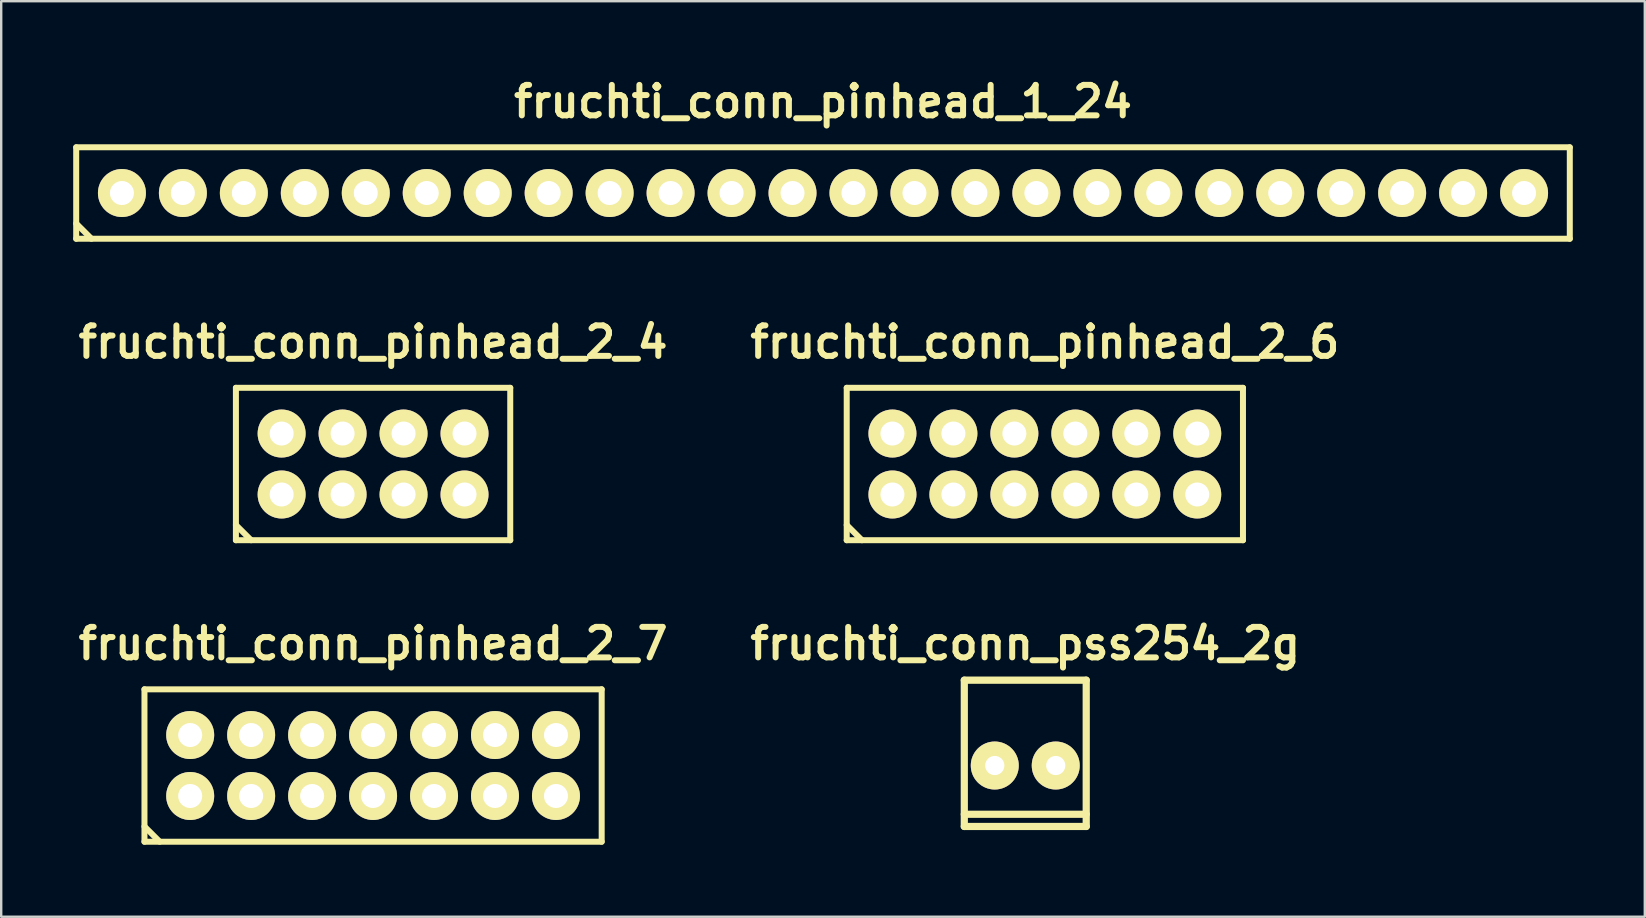
<source format=kicad_pcb>
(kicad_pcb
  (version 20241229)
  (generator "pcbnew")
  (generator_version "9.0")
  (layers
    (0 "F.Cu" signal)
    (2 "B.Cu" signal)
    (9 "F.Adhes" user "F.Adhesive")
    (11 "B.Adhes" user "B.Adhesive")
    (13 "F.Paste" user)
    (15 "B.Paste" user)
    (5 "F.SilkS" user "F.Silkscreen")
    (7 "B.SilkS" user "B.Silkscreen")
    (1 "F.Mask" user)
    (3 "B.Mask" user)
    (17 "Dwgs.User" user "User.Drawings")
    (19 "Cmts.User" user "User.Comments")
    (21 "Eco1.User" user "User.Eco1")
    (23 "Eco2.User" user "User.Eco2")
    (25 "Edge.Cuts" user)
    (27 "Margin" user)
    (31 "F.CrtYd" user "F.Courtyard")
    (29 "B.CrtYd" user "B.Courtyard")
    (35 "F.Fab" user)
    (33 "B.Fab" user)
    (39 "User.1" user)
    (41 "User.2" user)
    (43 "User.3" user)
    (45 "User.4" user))
  (footprint "fruchti_conn_pinhead_2_4"
    (layer "F.Cu")
    (at 12.494 16.283)
    (property "Reference" "fruchti_conn_pinhead_2_4" (at 0 -5.08 0) (layer "F.SilkS") (effects (font (size 1.27 1.27) (thickness 0.25))))
    (attr through_hole)
    (fp_line (start -5.715 -3.175) (end 5.715 -3.175) (stroke (width 0.25) (type solid)) (layer "F.SilkS"))
    (fp_line (start -5.715 2.54) (end -5.08 3.175) (stroke (width 0.25) (type solid)) (layer "F.SilkS"))
    (fp_line (start -5.715 3.175) (end -5.715 -3.175) (stroke (width 0.25) (type solid)) (layer "F.SilkS"))
    (fp_line (start -5.715 3.175) (end 5.715 3.175) (stroke (width 0.25) (type solid)) (layer "F.SilkS"))
    (fp_line (start 5.715 3.175) (end 5.715 -3.175) (stroke (width 0.25) (type solid)) (layer "F.SilkS"))
    (pad "1" thru_hole circle (at -3.81 1.27) (size 1.999 1.999) (drill 1.001) (layers "*.Cu" "*.Mask" "F.SilkS"))
    (pad "2" thru_hole circle (at -3.81 -1.27) (size 1.999 1.999) (drill 1.001) (layers "*.Cu" "*.Mask" "F.SilkS"))
    (pad "3" thru_hole circle (at -1.27 1.27) (size 1.999 1.999) (drill 1.001) (layers "*.Cu" "*.Mask" "F.SilkS"))
    (pad "4" thru_hole circle (at -1.27 -1.27) (size 1.999 1.999) (drill 1.001) (layers "*.Cu" "*.Mask" "F.SilkS"))
    (pad "5" thru_hole circle (at 1.27 1.27) (size 1.999 1.999) (drill 1.001) (layers "*.Cu" "*.Mask" "F.SilkS"))
    (pad "6" thru_hole circle (at 1.27 -1.27) (size 1.999 1.999) (drill 1.001) (layers "*.Cu" "*.Mask" "F.SilkS"))
    (pad "7" thru_hole circle (at 3.81 1.27) (size 1.999 1.999) (drill 1.001) (layers "*.Cu" "*.Mask" "F.SilkS"))
    (pad "8" thru_hole circle (at 3.81 -1.27) (size 1.999 1.999) (drill 1.001) (layers "*.Cu" "*.Mask" "F.SilkS")))
  (footprint "fruchti_conn_pinhead_2_6"
    (layer "F.Cu")
    (at 40.483 16.283)
    (property "Reference" "fruchti_conn_pinhead_2_6" (at 0 -5.08 0) (layer "F.SilkS") (effects (font (size 1.27 1.27) (thickness 0.25))))
    (attr through_hole)
    (fp_line (start -8.255 2.54) (end -7.62 3.175) (stroke (width 0.25) (type solid)) (layer "F.SilkS"))
    (fp_line (start -8.255 3.175) (end -8.255 -3.175) (stroke (width 0.25) (type solid)) (layer "F.SilkS"))
    (fp_line (start -8.255 3.175) (end 8.255 3.175) (stroke (width 0.25) (type solid)) (layer "F.SilkS"))
    (fp_line (start 8.255 -3.175) (end -8.255 -3.175) (stroke (width 0.25) (type solid)) (layer "F.SilkS"))
    (fp_line (start 8.255 3.175) (end 8.255 -3.175) (stroke (width 0.25) (type solid)) (layer "F.SilkS"))
    (pad "1" thru_hole circle (at -6.35 1.27) (size 1.999 1.999) (drill 1.001) (layers "*.Cu" "*.Mask" "F.SilkS"))
    (pad "2" thru_hole circle (at -6.35 -1.27) (size 1.999 1.999) (drill 1.001) (layers "*.Cu" "*.Mask" "F.SilkS"))
    (pad "3" thru_hole circle (at -3.81 1.27) (size 1.999 1.999) (drill 1.001) (layers "*.Cu" "*.Mask" "F.SilkS"))
    (pad "4" thru_hole circle (at -3.81 -1.27) (size 1.999 1.999) (drill 1.001) (layers "*.Cu" "*.Mask" "F.SilkS"))
    (pad "5" thru_hole circle (at -1.27 1.27) (size 1.999 1.999) (drill 1.001) (layers "*.Cu" "*.Mask" "F.SilkS"))
    (pad "6" thru_hole circle (at -1.27 -1.27) (size 1.999 1.999) (drill 1.001) (layers "*.Cu" "*.Mask" "F.SilkS"))
    (pad "7" thru_hole circle (at 1.27 1.27) (size 1.999 1.999) (drill 1.001) (layers "*.Cu" "*.Mask" "F.SilkS"))
    (pad "8" thru_hole circle (at 1.27 -1.27) (size 1.999 1.999) (drill 1.001) (layers "*.Cu" "*.Mask" "F.SilkS"))
    (pad "9" thru_hole circle (at 3.81 1.27) (size 1.999 1.999) (drill 1.001) (layers "*.Cu" "*.Mask" "F.SilkS"))
    (pad "10" thru_hole circle (at 3.81 -1.27) (size 1.999 1.999) (drill 1.001) (layers "*.Cu" "*.Mask" "F.SilkS"))
    (pad "11" thru_hole circle (at 6.35 1.27) (size 1.999 1.999) (drill 1.001) (layers "*.Cu" "*.Mask" "F.SilkS"))
    (pad "12" thru_hole circle (at 6.35 -1.27) (size 1.999 1.999) (drill 1.001) (layers "*.Cu" "*.Mask" "F.SilkS")))
  (footprint "fruchti_conn_pinhead_1_24"
    (layer "F.Cu")
    (at 31.24 4.992)
    (property "Reference" "fruchti_conn_pinhead_1_24" (at 0 -3.81 0) (layer "F.SilkS") (effects (font (size 1.27 1.27) (thickness 0.25))))
    (attr through_hole)
    (fp_line (start -31.115 -1.905) (end -31.115 1.905) (stroke (width 0.25) (type solid)) (layer "F.SilkS"))
    (fp_line (start -31.115 -1.905) (end 31.115 -1.905) (stroke (width 0.25) (type solid)) (layer "F.SilkS"))
    (fp_line (start -31.115 1.27) (end -30.48 1.905) (stroke (width 0.25) (type solid)) (layer "F.SilkS"))
    (fp_line (start 31.115 1.905) (end -31.115 1.905) (stroke (width 0.25) (type solid)) (layer "F.SilkS"))
    (fp_line (start 31.115 1.905) (end 31.115 -1.905) (stroke (width 0.25) (type solid)) (layer "F.SilkS"))
    (pad "1" thru_hole circle (at -29.21 0) (size 1.999 1.999) (drill 1.001) (layers "*.Cu" "*.Mask" "F.SilkS"))
    (pad "2" thru_hole circle (at -26.67 0) (size 1.999 1.999) (drill 1.001) (layers "*.Cu" "*.Mask" "F.SilkS"))
    (pad "3" thru_hole circle (at -24.13 0) (size 1.999 1.999) (drill 1.001) (layers "*.Cu" "*.Mask" "F.SilkS"))
    (pad "4" thru_hole circle (at -21.59 0) (size 1.999 1.999) (drill 1.001) (layers "*.Cu" "*.Mask" "F.SilkS"))
    (pad "5" thru_hole circle (at -19.05 0) (size 1.999 1.999) (drill 1.001) (layers "*.Cu" "*.Mask" "F.SilkS"))
    (pad "6" thru_hole circle (at -16.51 0) (size 1.999 1.999) (drill 1.001) (layers "*.Cu" "*.Mask" "F.SilkS"))
    (pad "7" thru_hole circle (at -13.97 0) (size 1.999 1.999) (drill 1.001) (layers "*.Cu" "*.Mask" "F.SilkS"))
    (pad "8" thru_hole circle (at -11.43 0) (size 1.999 1.999) (drill 1.001) (layers "*.Cu" "*.Mask" "F.SilkS"))
    (pad "9" thru_hole circle (at -8.89 0) (size 1.999 1.999) (drill 1.001) (layers "*.Cu" "*.Mask" "F.SilkS"))
    (pad "10" thru_hole circle (at -6.35 0) (size 1.999 1.999) (drill 1.001) (layers "*.Cu" "*.Mask" "F.SilkS"))
    (pad "11" thru_hole circle (at -3.81 0) (size 1.999 1.999) (drill 1.001) (layers "*.Cu" "*.Mask" "F.SilkS"))
    (pad "12" thru_hole circle (at -1.27 0) (size 1.999 1.999) (drill 1.001) (layers "*.Cu" "*.Mask" "F.SilkS"))
    (pad "13" thru_hole circle (at 1.27 0) (size 1.999 1.999) (drill 1.001) (layers "*.Cu" "*.Mask" "F.SilkS"))
    (pad "14" thru_hole circle (at 3.81 0) (size 1.999 1.999) (drill 1.001) (layers "*.Cu" "*.Mask" "F.SilkS"))
    (pad "15" thru_hole circle (at 6.35 0) (size 1.999 1.999) (drill 1.001) (layers "*.Cu" "*.Mask" "F.SilkS"))
    (pad "16" thru_hole circle (at 8.89 0) (size 1.999 1.999) (drill 1.001) (layers "*.Cu" "*.Mask" "F.SilkS"))
    (pad "17" thru_hole circle (at 11.43 0) (size 1.999 1.999) (drill 1.001) (layers "*.Cu" "*.Mask" "F.SilkS"))
    (pad "18" thru_hole circle (at 13.97 0) (size 1.999 1.999) (drill 1.001) (layers "*.Cu" "*.Mask" "F.SilkS"))
    (pad "19" thru_hole circle (at 16.51 0) (size 1.999 1.999) (drill 1.001) (layers "*.Cu" "*.Mask" "F.SilkS"))
    (pad "20" thru_hole circle (at 19.05 0) (size 1.999 1.999) (drill 1.001) (layers "*.Cu" "*.Mask" "F.SilkS"))
    (pad "21" thru_hole circle (at 21.59 0) (size 1.999 1.999) (drill 1.001) (layers "*.Cu" "*.Mask" "F.SilkS"))
    (pad "22" thru_hole circle (at 24.13 0) (size 1.999 1.999) (drill 1.001) (layers "*.Cu" "*.Mask" "F.SilkS"))
    (pad "23" thru_hole circle (at 26.67 0) (size 1.999 1.999) (drill 1.001) (layers "*.Cu" "*.Mask" "F.SilkS"))
    (pad "24" thru_hole circle (at 29.21 0) (size 1.999 1.999) (drill 1.001) (layers "*.Cu" "*.Mask" "F.SilkS")))
  (footprint "fruchti_conn_pss254_2g"
    (layer "F.Cu")
    (at 39.667 28.845)
    (property "Reference" "fruchti_conn_pss254_2g" (at 0 -5.08 0) (layer "F.SilkS") (effects (font (size 1.27 1.27) (thickness 0.25))))
    (attr through_hole)
    (fp_line (start -2.54 2.54) (end -2.54 -3.556) (stroke (width 0.3) (type solid)) (layer "F.SilkS"))
    (fp_line (start 2.54 -3.556) (end -2.54 -3.556) (stroke (width 0.3) (type solid)) (layer "F.SilkS"))
    (fp_line (start 2.54 -3.556) (end 2.54 2.54) (stroke (width 0.3) (type solid)) (layer "F.SilkS"))
    (fp_line (start 2.54 2.032) (end -2.54 2.032) (stroke (width 0.3) (type solid)) (layer "F.SilkS"))
    (fp_line (start 2.54 2.54) (end -2.54 2.54) (stroke (width 0.3) (type solid)) (layer "F.SilkS"))
    (pad "1" thru_hole circle (at -1.27 0) (size 1.999 1.999) (drill 0.8) (layers "*.Cu" "*.Mask" "F.SilkS"))
    (pad "2" thru_hole circle (at 1.27 0) (size 1.999 1.999) (drill 0.8) (layers "*.Cu" "*.Mask" "F.SilkS")))
  (footprint "fruchti_conn_pinhead_2_7"
    (layer "F.Cu")
    (at 12.494 28.845)
    (property "Reference" "fruchti_conn_pinhead_2_7" (at 0 -5.08 0) (layer "F.SilkS") (effects (font (size 1.27 1.27) (thickness 0.25))))
    (attr through_hole)
    (fp_line (start -9.525 -3.175) (end 9.525 -3.175) (stroke (width 0.25) (type solid)) (layer "F.SilkS"))
    (fp_line (start -9.525 2.54) (end -8.89 3.175) (stroke (width 0.25) (type solid)) (layer "F.SilkS"))
    (fp_line (start -9.525 3.175) (end -9.525 -3.175) (stroke (width 0.25) (type solid)) (layer "F.SilkS"))
    (fp_line (start 9.525 3.175) (end -9.525 3.175) (stroke (width 0.25) (type solid)) (layer "F.SilkS"))
    (fp_line (start 9.525 3.175) (end 9.525 -3.175) (stroke (width 0.25) (type solid)) (layer "F.SilkS"))
    (pad "1" thru_hole circle (at -7.62 1.27) (size 1.999 1.999) (drill 1.001) (layers "*.Cu" "*.Mask" "F.SilkS"))
    (pad "2" thru_hole circle (at -7.62 -1.27) (size 1.999 1.999) (drill 1.001) (layers "*.Cu" "*.Mask" "F.SilkS"))
    (pad "3" thru_hole circle (at -5.08 1.27) (size 1.999 1.999) (drill 1.001) (layers "*.Cu" "*.Mask" "F.SilkS"))
    (pad "4" thru_hole circle (at -5.08 -1.27) (size 1.999 1.999) (drill 1.001) (layers "*.Cu" "*.Mask" "F.SilkS"))
    (pad "5" thru_hole circle (at -2.54 1.27) (size 1.999 1.999) (drill 1.001) (layers "*.Cu" "*.Mask" "F.SilkS"))
    (pad "6" thru_hole circle (at -2.54 -1.27) (size 1.999 1.999) (drill 1.001) (layers "*.Cu" "*.Mask" "F.SilkS"))
    (pad "7" thru_hole circle (at 0 1.27) (size 1.999 1.999) (drill 1.001) (layers "*.Cu" "*.Mask" "F.SilkS"))
    (pad "8" thru_hole circle (at 0 -1.27) (size 1.999 1.999) (drill 1.001) (layers "*.Cu" "*.Mask" "F.SilkS"))
    (pad "9" thru_hole circle (at 2.54 1.27) (size 1.999 1.999) (drill 1.001) (layers "*.Cu" "*.Mask" "F.SilkS"))
    (pad "10" thru_hole circle (at 2.54 -1.27) (size 1.999 1.999) (drill 1.001) (layers "*.Cu" "*.Mask" "F.SilkS"))
    (pad "11" thru_hole circle (at 5.08 1.27) (size 1.999 1.999) (drill 1.001) (layers "*.Cu" "*.Mask" "F.SilkS"))
    (pad "12" thru_hole circle (at 5.08 -1.27) (size 1.999 1.999) (drill 1.001) (layers "*.Cu" "*.Mask" "F.SilkS"))
    (pad "13" thru_hole circle (at 7.62 1.27) (size 1.999 1.999) (drill 1.001) (layers "*.Cu" "*.Mask" "F.SilkS"))
    (pad "14" thru_hole circle (at 7.62 -1.27) (size 1.999 1.999) (drill 1.001) (layers "*.Cu" "*.Mask" "F.SilkS")))
  (gr_rect
    (start -3 -3)
    (end 65.48 35.145)
    (stroke (width 0.1) (type default))
    (fill no)
    (layer "Edge.Cuts")))
</source>
